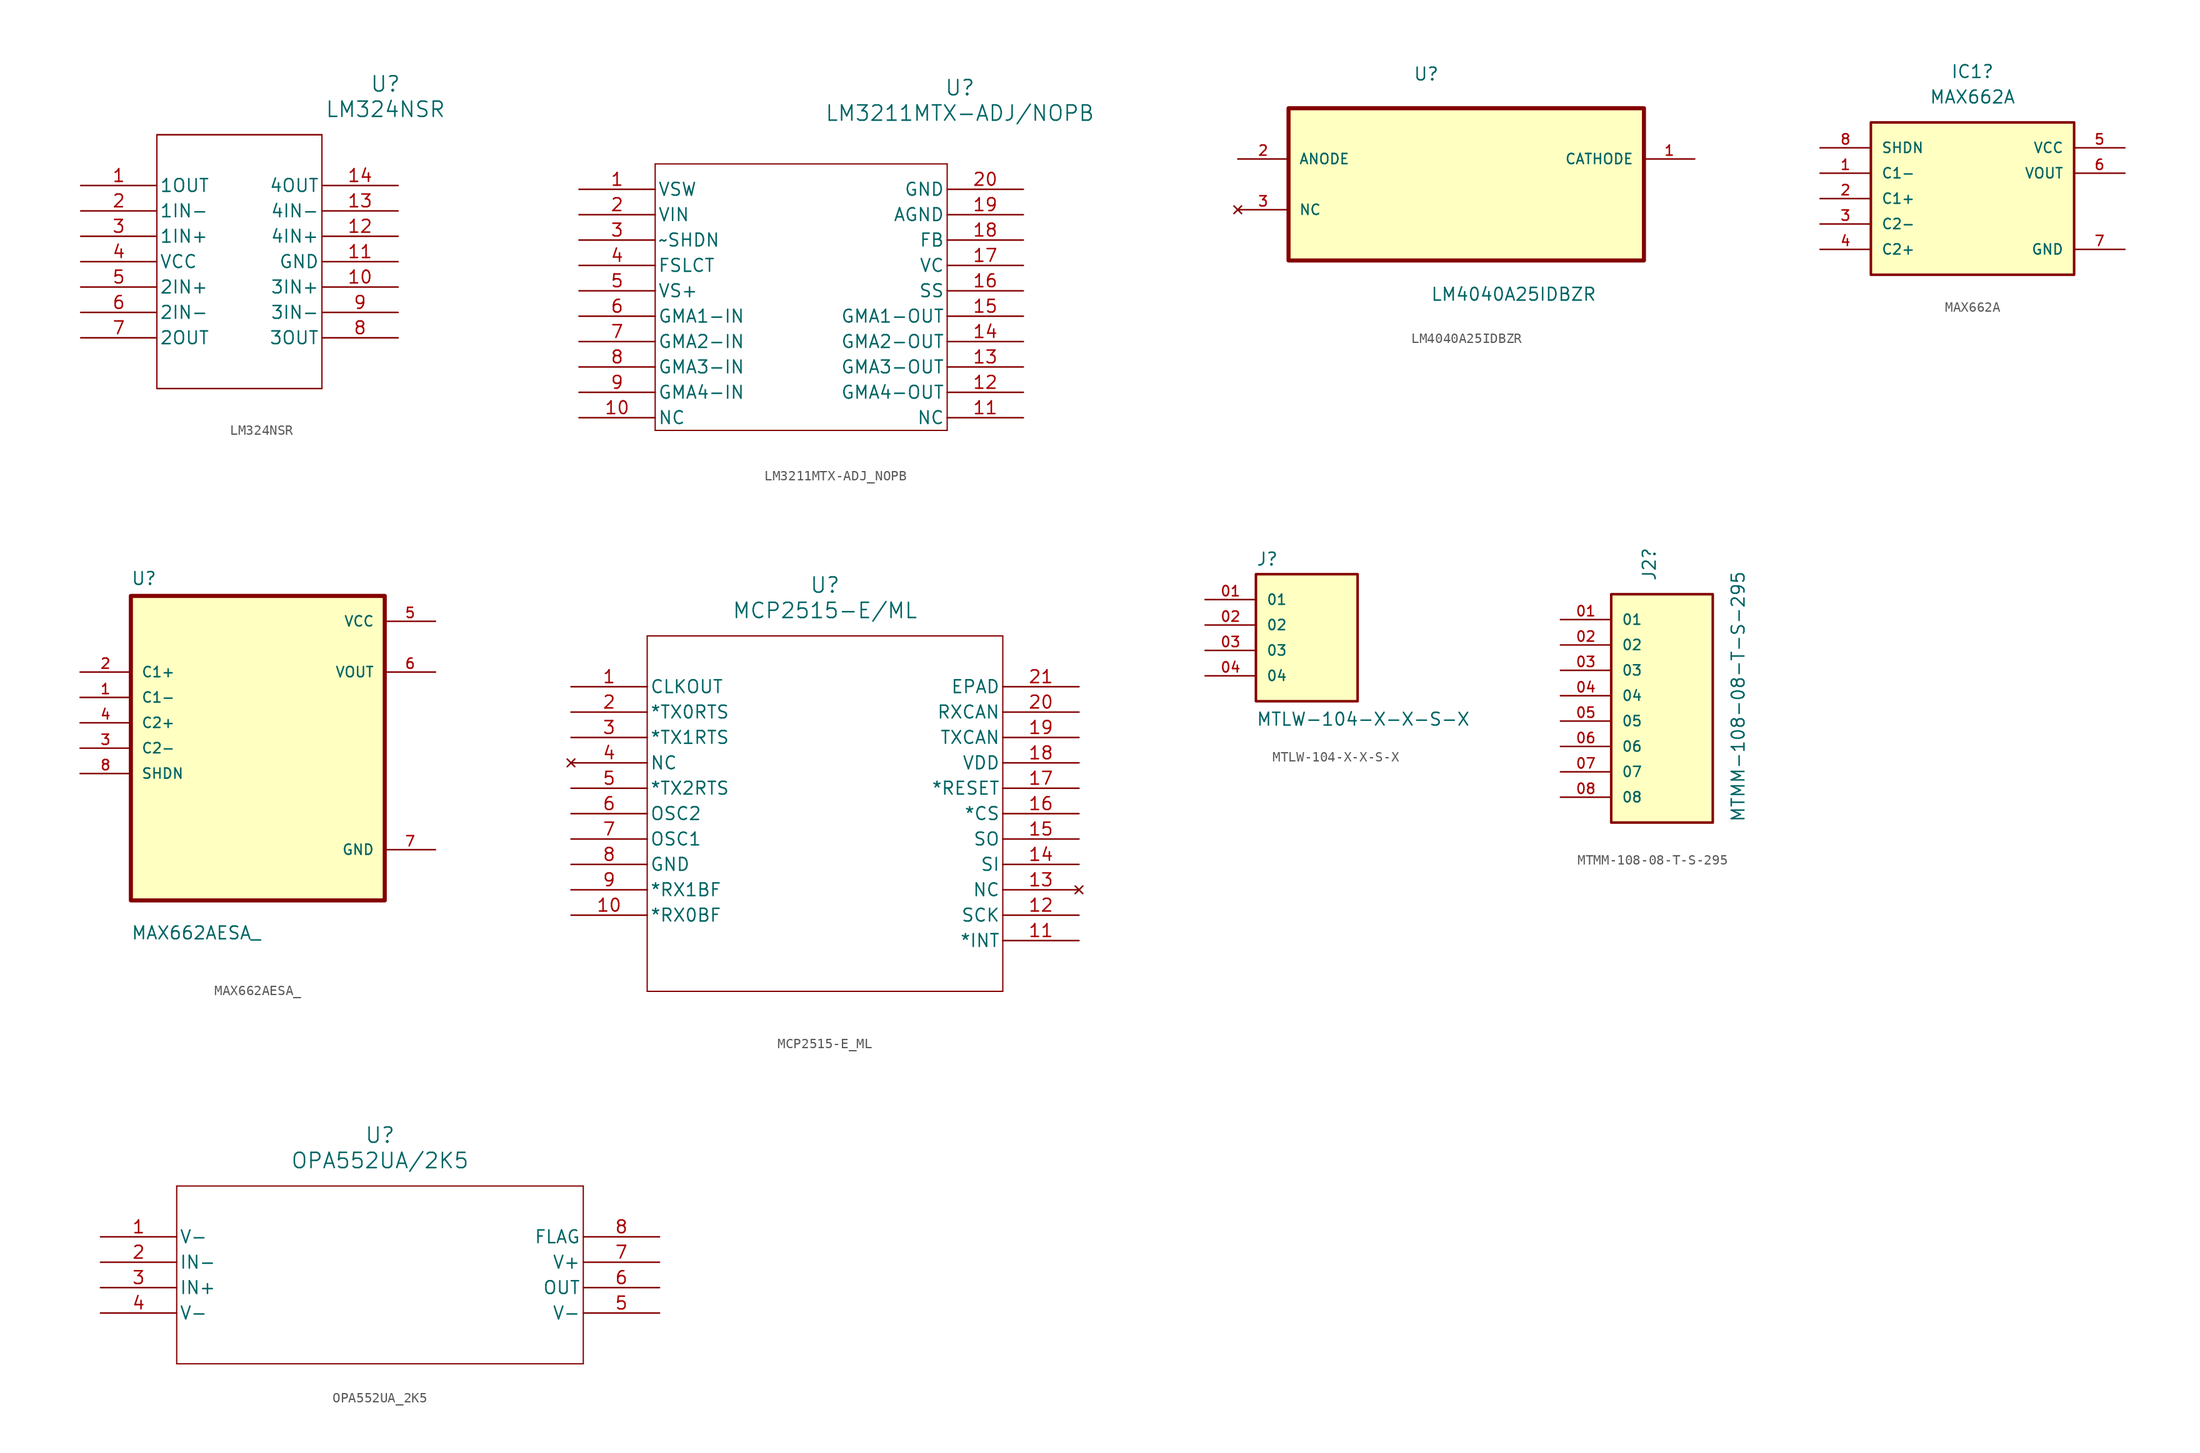
<source format=kicad_sym>
(kicad_symbol_lib
  (version 20231120)
  (generator "kicad_symbol_editor")
  (generator_version "8.0")
  (symbol "LM324NSR"
    (pin_names
      (offset 0.254))
    (property "Reference" "U"
      (at 30.48 10.16 0)
      (effects (font (size 1.524 1.524))))
    (property "Value" "LM324NSR"
      (at 30.48 7.62 0)
      (effects (font (size 1.524 1.524))))
    (symbol "LM324NSR_0_1"
      (polyline (pts (xy 7.62 -20.32) (xy 24.13 -20.32)) (stroke (width 0) (type default)) (fill (type none)))
      (polyline (pts (xy 7.62 5.08) (xy 7.62 -20.32)) (stroke (width 0.127) (type default)) (fill (type none)))
      (polyline (pts (xy 24.13 -20.32) (xy 24.13 5.08)) (stroke (width 0.127) (type default)) (fill (type none)))
      (polyline (pts (xy 24.13 5.08) (xy 7.62 5.08)) (stroke (width 0) (type default)) (fill (type none)))
      (pin output line (at 0 0 0) (length 7.62) (name "1OUT" (effects (font (size 1.27 1.27)))) (number "1" (effects (font (size 1.27 1.27)))))
      (pin input line (at 31.75 -10.16 180) (length 7.62) (name "3IN+" (effects (font (size 1.27 1.27)))) (number "10" (effects (font (size 1.27 1.27)))))
      (pin power_in line (at 31.75 -7.62 180) (length 7.62) (name "GND" (effects (font (size 1.27 1.27)))) (number "11" (effects (font (size 1.27 1.27)))))
      (pin input line (at 31.75 -5.08 180) (length 7.62) (name "4IN+" (effects (font (size 1.27 1.27)))) (number "12" (effects (font (size 1.27 1.27)))))
      (pin input line (at 31.75 -2.54 180) (length 7.62) (name "4IN-" (effects (font (size 1.27 1.27)))) (number "13" (effects (font (size 1.27 1.27)))))
      (pin output line (at 31.75 0 180) (length 7.62) (name "4OUT" (effects (font (size 1.27 1.27)))) (number "14" (effects (font (size 1.27 1.27)))))
      (pin input line (at 0 -2.54 0) (length 7.62) (name "1IN-" (effects (font (size 1.27 1.27)))) (number "2" (effects (font (size 1.27 1.27)))))
      (pin input line (at 0 -5.08 0) (length 7.62) (name "1IN+" (effects (font (size 1.27 1.27)))) (number "3" (effects (font (size 1.27 1.27)))))
      (pin power_in line (at 0 -7.62 0) (length 7.62) (name "VCC" (effects (font (size 1.27 1.27)))) (number "4" (effects (font (size 1.27 1.27)))))
      (pin input line (at 0 -10.16 0) (length 7.62) (name "2IN+" (effects (font (size 1.27 1.27)))) (number "5" (effects (font (size 1.27 1.27)))))
      (pin input line (at 0 -12.7 0) (length 7.62) (name "2IN-" (effects (font (size 1.27 1.27)))) (number "6" (effects (font (size 1.27 1.27)))))
      (pin output line (at 0 -15.24 0) (length 7.62) (name "2OUT" (effects (font (size 1.27 1.27)))) (number "7" (effects (font (size 1.27 1.27)))))
      (pin output line (at 31.75 -15.24 180) (length 7.62) (name "3OUT" (effects (font (size 1.27 1.27)))) (number "8" (effects (font (size 1.27 1.27)))))
      (pin input line (at 31.75 -12.7 180) (length 7.62) (name "3IN-" (effects (font (size 1.27 1.27)))) (number "9" (effects (font (size 1.27 1.27)))))))
  (symbol "LM3211MTX-ADJ_NOPB"
    (pin_names
      (offset 0.254))
    (property "Reference" "U"
      (at 38.1 10.16 0)
      (effects (font (size 1.524 1.524))))
    (property "Value" "LM3211MTX-ADJ/NOPB"
      (at 38.1 7.62 0)
      (effects (font (size 1.524 1.524))))
    (symbol "LM3211MTX-ADJ_NOPB_0_1"
      (polyline (pts (xy 7.62 -24.13) (xy 36.83 -24.13)) (stroke (width 0.127) (type default)) (fill (type none)))
      (polyline (pts (xy 7.62 2.54) (xy 7.62 -24.13)) (stroke (width 0.127) (type default)) (fill (type none)))
      (polyline (pts (xy 36.83 -24.13) (xy 36.83 2.54)) (stroke (width 0.127) (type default)) (fill (type none)))
      (polyline (pts (xy 36.83 2.54) (xy 7.62 2.54)) (stroke (width 0.127) (type default)) (fill (type none)))
      (pin input line (at 0 0 0) (length 7.62) (name "VSW" (effects (font (size 1.27 1.27)))) (number "1" (effects (font (size 1.27 1.27)))))
      (pin passive line (at 0 -22.86 0) (length 7.62) (name "NC" (effects (font (size 1.27 1.27)))) (number "10" (effects (font (size 1.27 1.27)))))
      (pin passive line (at 44.45 -22.86 180) (length 7.62) (name "NC" (effects (font (size 1.27 1.27)))) (number "11" (effects (font (size 1.27 1.27)))))
      (pin output line (at 44.45 -20.32 180) (length 7.62) (name "GMA4-OUT" (effects (font (size 1.27 1.27)))) (number "12" (effects (font (size 1.27 1.27)))))
      (pin output line (at 44.45 -17.78 180) (length 7.62) (name "GMA3-OUT" (effects (font (size 1.27 1.27)))) (number "13" (effects (font (size 1.27 1.27)))))
      (pin output line (at 44.45 -15.24 180) (length 7.62) (name "GMA2-OUT" (effects (font (size 1.27 1.27)))) (number "14" (effects (font (size 1.27 1.27)))))
      (pin output line (at 44.45 -12.7 180) (length 7.62) (name "GMA1-OUT" (effects (font (size 1.27 1.27)))) (number "15" (effects (font (size 1.27 1.27)))))
      (pin passive line (at 44.45 -10.16 180) (length 7.62) (name "SS" (effects (font (size 1.27 1.27)))) (number "16" (effects (font (size 1.27 1.27)))))
      (pin input line (at 44.45 -7.62 180) (length 7.62) (name "VC" (effects (font (size 1.27 1.27)))) (number "17" (effects (font (size 1.27 1.27)))))
      (pin input line (at 44.45 -5.08 180) (length 7.62) (name "FB" (effects (font (size 1.27 1.27)))) (number "18" (effects (font (size 1.27 1.27)))))
      (pin power_in line (at 44.45 -2.54 180) (length 7.62) (name "AGND" (effects (font (size 1.27 1.27)))) (number "19" (effects (font (size 1.27 1.27)))))
      (pin power_in line (at 0 -2.54 0) (length 7.62) (name "VIN" (effects (font (size 1.27 1.27)))) (number "2" (effects (font (size 1.27 1.27)))))
      (pin power_in line (at 44.45 0 180) (length 7.62) (name "GND" (effects (font (size 1.27 1.27)))) (number "20" (effects (font (size 1.27 1.27)))))
      (pin input line (at 0 -5.08 0) (length 7.62) (name "~SHDN" (effects (font (size 1.27 1.27)))) (number "3" (effects (font (size 1.27 1.27)))))
      (pin input line (at 0 -7.62 0) (length 7.62) (name "FSLCT" (effects (font (size 1.27 1.27)))) (number "4" (effects (font (size 1.27 1.27)))))
      (pin power_in line (at 0 -10.16 0) (length 7.62) (name "VS+" (effects (font (size 1.27 1.27)))) (number "5" (effects (font (size 1.27 1.27)))))
      (pin input line (at 0 -12.7 0) (length 7.62) (name "GMA1-IN" (effects (font (size 1.27 1.27)))) (number "6" (effects (font (size 1.27 1.27)))))
      (pin input line (at 0 -15.24 0) (length 7.62) (name "GMA2-IN" (effects (font (size 1.27 1.27)))) (number "7" (effects (font (size 1.27 1.27)))))
      (pin passive line (at 0 -17.78 0) (length 7.62) (name "GMA3-IN" (effects (font (size 1.27 1.27)))) (number "8" (effects (font (size 1.27 1.27)))))
      (pin power_in line (at 0 -20.32 0) (length 7.62) (name "GMA4-IN" (effects (font (size 1.27 1.27)))) (number "9" (effects (font (size 1.27 1.27)))))))
  (symbol "LM4040A25IDBZR"
    (pin_names
      (offset 1.016))
    (property "Reference" "U"
      (at -5.316 7.758 0)
      (effects (font (size 1.27 1.27)) (justify left bottom)))
    (property "Value" "LM4040A25IDBZR"
      (at -3.585 -14.287 0)
      (effects (font (size 1.27 1.27)) (justify left bottom)))
    (symbol "LM4040A25IDBZR_0_0"
      (rectangle (start -17.78 -10.16) (end 17.78 5.08) (stroke (width 0.406) (type default)) (fill (type background)))
      (pin output line (at 22.86 0 180) (length 5.08) (name "CATHODE" (effects (font (size 1.016 1.016)))) (number "1" (effects (font (size 1.016 1.016)))))
      (pin input line (at -22.86 0 0) (length 5.08) (name "ANODE" (effects (font (size 1.016 1.016)))) (number "2" (effects (font (size 1.016 1.016)))))
      (pin no_connect line (at -22.86 -5.08 0) (length 5.08) (name "NC" (effects (font (size 1.016 1.016)))) (number "3" (effects (font (size 1.016 1.016)))))))
  (symbol "MAX662A"
    (pin_names
      (offset 1.016))
    (property "Reference" "IC1"
      (at 0 12.7 0)
      (effects (font (size 1.27 1.27))))
    (property "Value" "MAX662A"
      (at 0 10.16 0)
      (effects (font (size 1.27 1.27))))
    (symbol "MAX662A_0_0"
      (rectangle (start -10.16 -7.62) (end 10.16 7.62) (stroke (width 0.254) (type default)) (fill (type background)))
      (pin bidirectional line (at -15.24 2.54 0) (length 5.08) (name "C1-" (effects (font (size 1.016 1.016)))) (number "1" (effects (font (size 1.016 1.016)))))
      (pin bidirectional line (at -15.24 0 0) (length 5.08) (name "C1+" (effects (font (size 1.016 1.016)))) (number "2" (effects (font (size 1.016 1.016)))))
      (pin bidirectional line (at -15.24 -2.54 0) (length 5.08) (name "C2-" (effects (font (size 1.016 1.016)))) (number "3" (effects (font (size 1.016 1.016)))))
      (pin bidirectional line (at -15.24 -5.08 0) (length 5.08) (name "C2+" (effects (font (size 1.016 1.016)))) (number "4" (effects (font (size 1.016 1.016)))))
      (pin power_in line (at 15.24 5.08 180) (length 5.08) (name "VCC" (effects (font (size 1.016 1.016)))) (number "5" (effects (font (size 1.016 1.016)))))
      (pin power_in line (at 15.24 2.54 180) (length 5.08) (name "VOUT" (effects (font (size 1.016 1.016)))) (number "6" (effects (font (size 1.016 1.016)))))
      (pin power_in line (at 15.24 -5.08 180) (length 5.08) (name "GND" (effects (font (size 1.016 1.016)))) (number "7" (effects (font (size 1.016 1.016)))))
      (pin input line (at -15.24 5.08 0) (length 5.08) (name "SHDN" (effects (font (size 1.016 1.016)))) (number "8" (effects (font (size 1.016 1.016)))))))
  (symbol "MAX662AESA_"
    (pin_names
      (offset 1.016))
    (property "Reference" "U"
      (at -12.7 16.24 0)
      (effects (font (size 1.27 1.27)) (justify left bottom)))
    (property "Value" "MAX662AESA_"
      (at -12.7 -19.24 0)
      (effects (font (size 1.27 1.27)) (justify left bottom)))
    (symbol "MAX662AESA__0_0"
      (rectangle (start -12.7 -15.24) (end 12.7 15.24) (stroke (width 0.41) (type default)) (fill (type background)))
      (pin input line (at -17.78 5.08 0) (length 5.08) (name "C1-" (effects (font (size 1.016 1.016)))) (number "1" (effects (font (size 1.016 1.016)))))
      (pin input line (at -17.78 7.62 0) (length 5.08) (name "C1+" (effects (font (size 1.016 1.016)))) (number "2" (effects (font (size 1.016 1.016)))))
      (pin input line (at -17.78 0 0) (length 5.08) (name "C2-" (effects (font (size 1.016 1.016)))) (number "3" (effects (font (size 1.016 1.016)))))
      (pin input line (at -17.78 2.54 0) (length 5.08) (name "C2+" (effects (font (size 1.016 1.016)))) (number "4" (effects (font (size 1.016 1.016)))))
      (pin power_in line (at 17.78 12.7 180) (length 5.08) (name "VCC" (effects (font (size 1.016 1.016)))) (number "5" (effects (font (size 1.016 1.016)))))
      (pin output line (at 17.78 7.62 180) (length 5.08) (name "VOUT" (effects (font (size 1.016 1.016)))) (number "6" (effects (font (size 1.016 1.016)))))
      (pin power_in line (at 17.78 -10.16 180) (length 5.08) (name "GND" (effects (font (size 1.016 1.016)))) (number "7" (effects (font (size 1.016 1.016)))))
      (pin input line (at -17.78 -2.54 0) (length 5.08) (name "SHDN" (effects (font (size 1.016 1.016)))) (number "8" (effects (font (size 1.016 1.016)))))))
  (symbol "MCP2515-E_ML"
    (pin_names
      (offset 0.254))
    (property "Reference" "U"
      (at 25.4 10.16 0)
      (effects (font (size 1.524 1.524))))
    (property "Value" "MCP2515-E/ML"
      (at 25.4 7.62 0)
      (effects (font (size 1.524 1.524))))
    (symbol "MCP2515-E_ML_0_1"
      (polyline (pts (xy 7.62 -30.48) (xy 43.18 -30.48)) (stroke (width 0.127) (type default)) (fill (type none)))
      (polyline (pts (xy 7.62 5.08) (xy 7.62 -30.48)) (stroke (width 0.127) (type default)) (fill (type none)))
      (polyline (pts (xy 43.18 -30.48) (xy 43.18 5.08)) (stroke (width 0.127) (type default)) (fill (type none)))
      (polyline (pts (xy 43.18 5.08) (xy 7.62 5.08)) (stroke (width 0.127) (type default)) (fill (type none)))
      (pin output line (at 0 0 0) (length 7.62) (name "CLKOUT" (effects (font (size 1.27 1.27)))) (number "1" (effects (font (size 1.27 1.27)))))
      (pin output line (at 0 -22.86 0) (length 7.62) (name "*RX0BF" (effects (font (size 1.27 1.27)))) (number "10" (effects (font (size 1.27 1.27)))))
      (pin output line (at 50.8 -25.4 180) (length 7.62) (name "*INT" (effects (font (size 1.27 1.27)))) (number "11" (effects (font (size 1.27 1.27)))))
      (pin input line (at 50.8 -22.86 180) (length 7.62) (name "SCK" (effects (font (size 1.27 1.27)))) (number "12" (effects (font (size 1.27 1.27)))))
      (pin no_connect line (at 50.8 -20.32 180) (length 7.62) (name "NC" (effects (font (size 1.27 1.27)))) (number "13" (effects (font (size 1.27 1.27)))))
      (pin input line (at 50.8 -17.78 180) (length 7.62) (name "SI" (effects (font (size 1.27 1.27)))) (number "14" (effects (font (size 1.27 1.27)))))
      (pin output line (at 50.8 -15.24 180) (length 7.62) (name "SO" (effects (font (size 1.27 1.27)))) (number "15" (effects (font (size 1.27 1.27)))))
      (pin input line (at 50.8 -12.7 180) (length 7.62) (name "*CS" (effects (font (size 1.27 1.27)))) (number "16" (effects (font (size 1.27 1.27)))))
      (pin input line (at 50.8 -10.16 180) (length 7.62) (name "*RESET" (effects (font (size 1.27 1.27)))) (number "17" (effects (font (size 1.27 1.27)))))
      (pin power_in line (at 50.8 -7.62 180) (length 7.62) (name "VDD" (effects (font (size 1.27 1.27)))) (number "18" (effects (font (size 1.27 1.27)))))
      (pin output line (at 50.8 -5.08 180) (length 7.62) (name "TXCAN" (effects (font (size 1.27 1.27)))) (number "19" (effects (font (size 1.27 1.27)))))
      (pin input line (at 0 -2.54 0) (length 7.62) (name "*TX0RTS" (effects (font (size 1.27 1.27)))) (number "2" (effects (font (size 1.27 1.27)))))
      (pin input line (at 50.8 -2.54 180) (length 7.62) (name "RXCAN" (effects (font (size 1.27 1.27)))) (number "20" (effects (font (size 1.27 1.27)))))
      (pin unspecified line (at 50.8 0 180) (length 7.62) (name "EPAD" (effects (font (size 1.27 1.27)))) (number "21" (effects (font (size 1.27 1.27)))))
      (pin input line (at 0 -5.08 0) (length 7.62) (name "*TX1RTS" (effects (font (size 1.27 1.27)))) (number "3" (effects (font (size 1.27 1.27)))))
      (pin no_connect line (at 0 -7.62 0) (length 7.62) (name "NC" (effects (font (size 1.27 1.27)))) (number "4" (effects (font (size 1.27 1.27)))))
      (pin input line (at 0 -10.16 0) (length 7.62) (name "*TX2RTS" (effects (font (size 1.27 1.27)))) (number "5" (effects (font (size 1.27 1.27)))))
      (pin output line (at 0 -12.7 0) (length 7.62) (name "OSC2" (effects (font (size 1.27 1.27)))) (number "6" (effects (font (size 1.27 1.27)))))
      (pin input line (at 0 -15.24 0) (length 7.62) (name "OSC1" (effects (font (size 1.27 1.27)))) (number "7" (effects (font (size 1.27 1.27)))))
      (pin power_in line (at 0 -17.78 0) (length 7.62) (name "GND" (effects (font (size 1.27 1.27)))) (number "8" (effects (font (size 1.27 1.27)))))
      (pin output line (at 0 -20.32 0) (length 7.62) (name "*RX1BF" (effects (font (size 1.27 1.27)))) (number "9" (effects (font (size 1.27 1.27)))))))
  (symbol "MTLW-104-X-X-S-X"
    (pin_names
      (offset 1.016))
    (property "Reference" "J"
      (at -5.08 8.382 0)
      (effects (font (size 1.27 1.27)) (justify left bottom)))
    (property "Value" "MTLW-104-X-X-S-X"
      (at -5.08 -7.62 0)
      (effects (font (size 1.27 1.27)) (justify left bottom)))
    (symbol "MTLW-104-X-X-S-X_0_0"
      (rectangle (start -5.08 -5.08) (end 5.08 7.62) (stroke (width 0.254) (type default)) (fill (type background)))
      (pin passive line (at -10.16 5.08 0) (length 5.08) (name "01" (effects (font (size 1.016 1.016)))) (number "01" (effects (font (size 1.016 1.016)))))
      (pin passive line (at -10.16 2.54 0) (length 5.08) (name "02" (effects (font (size 1.016 1.016)))) (number "02" (effects (font (size 1.016 1.016)))))
      (pin passive line (at -10.16 0 0) (length 5.08) (name "03" (effects (font (size 1.016 1.016)))) (number "03" (effects (font (size 1.016 1.016)))))
      (pin passive line (at -10.16 -2.54 0) (length 5.08) (name "04" (effects (font (size 1.016 1.016)))) (number "04" (effects (font (size 1.016 1.016)))))))
  (symbol "MTMM-108-08-T-S-295"
    (pin_names
      (offset 1.016))
    (property "Reference" "J2"
      (at -1.27 11.43 90)
      (effects (font (size 1.27 1.27)) (justify left)))
    (property "Value" "MTMM-108-08-T-S-295"
      (at 7.62 -12.7 90)
      (effects (font (size 1.27 1.27)) (justify left)))
    (symbol "MTMM-108-08-T-S-295_0_0"
      (rectangle (start -5.08 -12.7) (end 5.08 10.16) (stroke (width 0.254) (type default)) (fill (type background)))
      (pin passive line (at -10.16 7.62 0) (length 5.08) (name "01" (effects (font (size 1.016 1.016)))) (number "01" (effects (font (size 1.016 1.016)))))
      (pin passive line (at -10.16 5.08 0) (length 5.08) (name "02" (effects (font (size 1.016 1.016)))) (number "02" (effects (font (size 1.016 1.016)))))
      (pin passive line (at -10.16 2.54 0) (length 5.08) (name "03" (effects (font (size 1.016 1.016)))) (number "03" (effects (font (size 1.016 1.016)))))
      (pin passive line (at -10.16 0 0) (length 5.08) (name "04" (effects (font (size 1.016 1.016)))) (number "04" (effects (font (size 1.016 1.016)))))
      (pin passive line (at -10.16 -2.54 0) (length 5.08) (name "05" (effects (font (size 1.016 1.016)))) (number "05" (effects (font (size 1.016 1.016)))))
      (pin passive line (at -10.16 -5.08 0) (length 5.08) (name "06" (effects (font (size 1.016 1.016)))) (number "06" (effects (font (size 1.016 1.016)))))
      (pin passive line (at -10.16 -7.62 0) (length 5.08) (name "07" (effects (font (size 1.016 1.016)))) (number "07" (effects (font (size 1.016 1.016)))))
      (pin passive line (at -10.16 -10.16 0) (length 5.08) (name "08" (effects (font (size 1.016 1.016)))) (number "08" (effects (font (size 1.016 1.016)))))))
  (symbol "OPA552UA_2K5"
    (pin_names
      (offset 0.254))
    (property "Reference" "U"
      (at 27.94 10.16 0)
      (effects (font (size 1.524 1.524))))
    (property "Value" "OPA552UA/2K5"
      (at 27.94 7.62 0)
      (effects (font (size 1.524 1.524))))
    (symbol "OPA552UA_2K5_0_1"
      (polyline (pts (xy 7.62 -12.7) (xy 48.26 -12.7)) (stroke (width 0.127) (type default)) (fill (type none)))
      (polyline (pts (xy 7.62 5.08) (xy 7.62 -12.7)) (stroke (width 0.127) (type default)) (fill (type none)))
      (polyline (pts (xy 48.26 -12.7) (xy 48.26 5.08)) (stroke (width 0.127) (type default)) (fill (type none)))
      (polyline (pts (xy 48.26 5.08) (xy 7.62 5.08)) (stroke (width 0.127) (type default)) (fill (type none)))
      (pin power_in line (at 0 0 0) (length 7.62) (name "V-" (effects (font (size 1.27 1.27)))) (number "1" (effects (font (size 1.27 1.27)))))
      (pin input line (at 0 -2.54 0) (length 7.62) (name "IN-" (effects (font (size 1.27 1.27)))) (number "2" (effects (font (size 1.27 1.27)))))
      (pin input line (at 0 -5.08 0) (length 7.62) (name "IN+" (effects (font (size 1.27 1.27)))) (number "3" (effects (font (size 1.27 1.27)))))
      (pin power_in line (at 0 -7.62 0) (length 7.62) (name "V-" (effects (font (size 1.27 1.27)))) (number "4" (effects (font (size 1.27 1.27)))))
      (pin power_in line (at 55.88 -7.62 180) (length 7.62) (name "V-" (effects (font (size 1.27 1.27)))) (number "5" (effects (font (size 1.27 1.27)))))
      (pin output line (at 55.88 -5.08 180) (length 7.62) (name "OUT" (effects (font (size 1.27 1.27)))) (number "6" (effects (font (size 1.27 1.27)))))
      (pin power_in line (at 55.88 -2.54 180) (length 7.62) (name "V+" (effects (font (size 1.27 1.27)))) (number "7" (effects (font (size 1.27 1.27)))))
      (pin unspecified line (at 55.88 0 180) (length 7.62) (name "FLAG" (effects (font (size 1.27 1.27)))) (number "8" (effects (font (size 1.27 1.27))))))))
</source>
